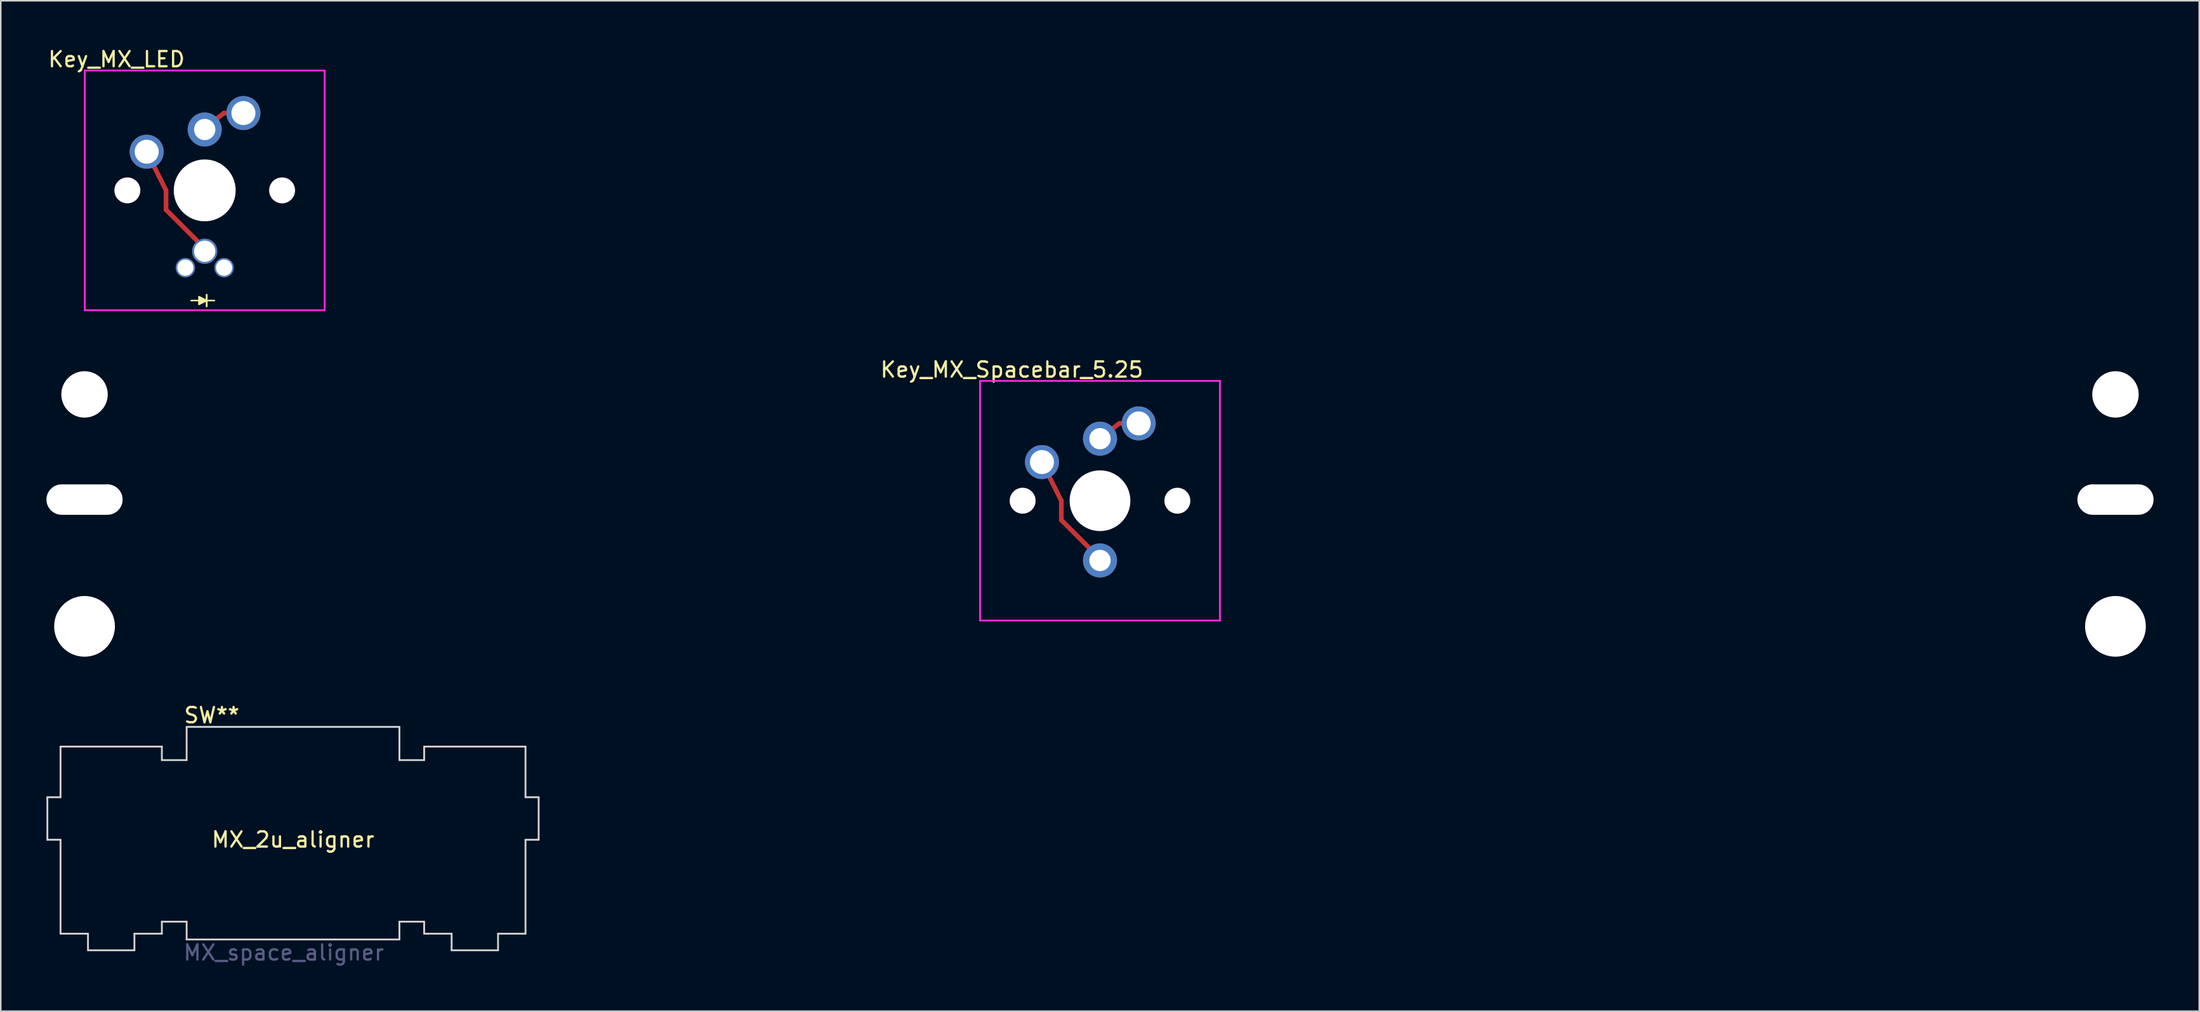
<source format=kicad_pcb>
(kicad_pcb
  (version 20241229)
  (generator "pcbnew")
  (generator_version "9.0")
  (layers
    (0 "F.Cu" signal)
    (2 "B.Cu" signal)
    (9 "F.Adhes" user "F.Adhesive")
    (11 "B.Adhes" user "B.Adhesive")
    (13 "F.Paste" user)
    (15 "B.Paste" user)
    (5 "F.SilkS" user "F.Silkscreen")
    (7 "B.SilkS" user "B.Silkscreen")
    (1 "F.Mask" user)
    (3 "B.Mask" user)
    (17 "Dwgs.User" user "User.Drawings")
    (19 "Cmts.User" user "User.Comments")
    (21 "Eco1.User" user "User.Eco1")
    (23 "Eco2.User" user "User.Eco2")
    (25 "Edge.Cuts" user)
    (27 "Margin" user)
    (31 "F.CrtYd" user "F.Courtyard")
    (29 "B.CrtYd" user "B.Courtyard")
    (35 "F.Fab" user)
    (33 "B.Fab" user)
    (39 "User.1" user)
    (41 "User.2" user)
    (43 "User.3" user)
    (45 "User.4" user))
  (footprint "MX_2u_aligner"
    (layer "F.Cu")
    (at 16.189 51.594)
    (property "Reference" "MX_2u_aligner" (at 0 0.525 0) (layer "F.SilkS") (effects (font (size 1 1) (thickness 0.15))))
    (attr through_hole)
    (fp_line (start -16.129 -2.261) (end -15.265 -2.261) (stroke (width 0.12) (type solid)) (layer "Edge.Cuts"))
    (fp_line (start -16.129 0.533) (end -16.129 -2.261) (stroke (width 0.12) (type solid)) (layer "Edge.Cuts"))
    (fp_line (start -15.265 -5.588) (end -8.611 -5.588) (stroke (width 0.12) (type solid)) (layer "Edge.Cuts"))
    (fp_line (start -15.265 -2.261) (end -15.265 -5.588) (stroke (width 0.12) (type solid)) (layer "Edge.Cuts"))
    (fp_line (start -15.265 0.533) (end -16.129 0.533) (stroke (width 0.12) (type solid)) (layer "Edge.Cuts"))
    (fp_line (start -15.265 6.706) (end -15.265 0.533) (stroke (width 0.12) (type solid)) (layer "Edge.Cuts"))
    (fp_line (start -13.462 6.706) (end -15.265 6.706) (stroke (width 0.12) (type solid)) (layer "Edge.Cuts"))
    (fp_line (start -13.462 7.798) (end -13.462 6.706) (stroke (width 0.12) (type solid)) (layer "Edge.Cuts"))
    (fp_line (start -10.414 6.706) (end -10.414 7.798) (stroke (width 0.12) (type solid)) (layer "Edge.Cuts"))
    (fp_line (start -10.414 7.798) (end -13.462 7.798) (stroke (width 0.12) (type solid)) (layer "Edge.Cuts"))
    (fp_line (start -8.611 -5.588) (end -8.611 -4.699) (stroke (width 0.12) (type solid)) (layer "Edge.Cuts"))
    (fp_line (start -8.611 -4.699) (end -6.985 -4.699) (stroke (width 0.12) (type solid)) (layer "Edge.Cuts"))
    (fp_line (start -8.611 5.918) (end -8.611 6.706) (stroke (width 0.12) (type solid)) (layer "Edge.Cuts"))
    (fp_line (start -8.611 5.918) (end -6.985 5.918) (stroke (width 0.12) (type solid)) (layer "Edge.Cuts"))
    (fp_line (start -8.611 6.706) (end -10.414 6.706) (stroke (width 0.12) (type solid)) (layer "Edge.Cuts"))
    (fp_line (start -6.985 -6.883) (end 6.985 -6.883) (stroke (width 0.12) (type solid)) (layer "Edge.Cuts"))
    (fp_line (start -6.985 -4.699) (end -6.985 -6.883) (stroke (width 0.12) (type solid)) (layer "Edge.Cuts"))
    (fp_line (start -6.985 7.087) (end -6.985 5.918) (stroke (width 0.12) (type solid)) (layer "Edge.Cuts"))
    (fp_line (start 6.985 -6.883) (end 6.985 -4.699) (stroke (width 0.12) (type solid)) (layer "Edge.Cuts"))
    (fp_line (start 6.985 -4.699) (end 8.611 -4.699) (stroke (width 0.12) (type solid)) (layer "Edge.Cuts"))
    (fp_line (start 6.985 5.918) (end 6.985 7.087) (stroke (width 0.12) (type solid)) (layer "Edge.Cuts"))
    (fp_line (start 6.985 5.918) (end 8.611 5.918) (stroke (width 0.12) (type solid)) (layer "Edge.Cuts"))
    (fp_line (start 6.985 7.087) (end -6.985 7.087) (stroke (width 0.12) (type solid)) (layer "Edge.Cuts"))
    (fp_line (start 8.611 -5.588) (end 15.265 -5.588) (stroke (width 0.12) (type solid)) (layer "Edge.Cuts"))
    (fp_line (start 8.611 -4.699) (end 8.611 -5.588) (stroke (width 0.12) (type solid)) (layer "Edge.Cuts"))
    (fp_line (start 8.611 6.706) (end 8.611 5.918) (stroke (width 0.12) (type solid)) (layer "Edge.Cuts"))
    (fp_line (start 10.414 6.706) (end 8.611 6.706) (stroke (width 0.12) (type solid)) (layer "Edge.Cuts"))
    (fp_line (start 10.414 7.798) (end 10.414 6.706) (stroke (width 0.12) (type solid)) (layer "Edge.Cuts"))
    (fp_line (start 13.462 6.706) (end 13.462 7.798) (stroke (width 0.12) (type solid)) (layer "Edge.Cuts"))
    (fp_line (start 13.462 7.798) (end 10.414 7.798) (stroke (width 0.12) (type solid)) (layer "Edge.Cuts"))
    (fp_line (start 15.265 -5.588) (end 15.265 -2.261) (stroke (width 0.12) (type solid)) (layer "Edge.Cuts"))
    (fp_line (start 15.265 -2.261) (end 16.129 -2.261) (stroke (width 0.12) (type solid)) (layer "Edge.Cuts"))
    (fp_line (start 15.265 0.533) (end 15.265 6.706) (stroke (width 0.12) (type solid)) (layer "Edge.Cuts"))
    (fp_line (start 15.265 6.706) (end 13.462 6.706) (stroke (width 0.12) (type solid)) (layer "Edge.Cuts"))
    (fp_line (start 16.129 -2.261) (end 16.129 0.533) (stroke (width 0.12) (type solid)) (layer "Edge.Cuts"))
    (fp_line (start 16.129 0.533) (end 15.265 0.533) (stroke (width 0.12) (type solid)) (layer "Edge.Cuts"))
    (fp_text user "SW**" (at -5.334 -7.645 0) (layer "F.SilkS") (effects (font (size 1 1) (thickness 0.15))))
    (fp_text user "MX_space_aligner" (at -0.61 7.95 0) (layer "B.Fab") (effects (font (size 1 1) (thickness 0.15)))))
  (footprint "Key_MX_Spacebar_5.25"
    (layer "F.Cu")
    (at 69.175 29.826)
    (property "Reference" "Key_MX_Spacebar_5.25" (at -5.791 -8.585 0) (layer "F.SilkS") (effects (font (size 1 1) (thickness 0.15))))
    (attr through_hole)
    (fp_line (start -3.81 -2.515) (end -2.54 0.025) (stroke (width 0.305) (type solid)) (layer "F.Cu"))
    (fp_line (start -2.54 0.025) (end -2.54 1.295) (stroke (width 0.305) (type solid)) (layer "F.Cu"))
    (fp_line (start -2.54 1.295) (end 0 3.835) (stroke (width 0.305) (type solid)) (layer "F.Cu"))
    (fp_line (start 1.27 -5.055) (end 0.737 -4.648) (stroke (width 0.305) (type solid)) (layer "F.Cu"))
    (fp_line (start 1.651 -5.055) (end 1.27 -5.055) (stroke (width 0.305) (type solid)) (layer "F.Cu"))
    (fp_line (start -7.874 -7.849) (end 7.874 -7.849) (stroke (width 0.12) (type solid)) (layer "F.CrtYd"))
    (fp_line (start -7.874 7.899) (end -7.874 -7.849) (stroke (width 0.12) (type solid)) (layer "F.CrtYd"))
    (fp_line (start 7.874 -7.849) (end 7.874 7.899) (stroke (width 0.12) (type solid)) (layer "F.CrtYd"))
    (fp_line (start 7.874 7.899) (end -7.874 7.899) (stroke (width 0.12) (type solid)) (layer "F.CrtYd"))
    (pad "" np_thru_hole circle (at -66.675 -6.96) (size 3.048 3.048) (drill 3.048) (layers "*.Cu" "*.Mask"))
    (pad "" np_thru_hole oval (at -66.675 -0.051) (size 5 2) (drill oval 5 2) (layers "*.Cu" "*.Mask"))
    (pad "" np_thru_hole circle (at -66.675 8.28) (size 3.988 3.988) (drill 3.988) (layers "*.Cu" "*.Mask"))
    (pad "" np_thru_hole circle (at -5.08 0.025) (size 1.702 1.702) (drill 1.702) (layers "*.Cu" "*.Mask"))
    (pad "" np_thru_hole circle (at 0 0.025) (size 3.988 3.988) (drill 3.988) (layers "*.Cu" "*.Mask"))
    (pad "" np_thru_hole circle (at 5.08 0.025) (size 1.702 1.702) (drill 1.702) (layers "*.Cu" "*.Mask"))
    (pad "" np_thru_hole circle (at 66.675 -6.96) (size 3.048 3.048) (drill 3.048) (layers "*.Cu" "*.Mask"))
    (pad "" np_thru_hole oval (at 66.675 -0.051) (size 5 2) (drill oval 5 2) (layers "*.Cu" "*.Mask"))
    (pad "" np_thru_hole circle (at 66.675 8.28) (size 3.988 3.988) (drill 3.988) (layers "*.Cu" "*.Mask"))
    (pad "1" thru_hole circle (at 0 -4.051) (size 2.235 2.235) (drill 1.397) (layers "*.Cu" "*.Mask"))
    (pad "2" thru_hole circle (at 0 3.95) (size 2.235 2.235) (drill 1.397) (layers "*.Cu" "*.Mask"))
    (pad "3" thru_hole circle (at 2.54 -5.055) (size 2.235 2.235) (drill 1.575) (layers "*.Cu" "*.Mask"))
    (pad "4" thru_hole circle (at -3.81 -2.515) (size 2.235 2.235) (drill 1.575) (layers "*.Cu" "*.Mask")))
  (footprint "Key_MX_LED"
    (layer "F.Cu")
    (at 10.392 9.459)
    (property "Reference" "Key_MX_LED" (at -5.791 -8.611 0) (layer "F.SilkS") (effects (font (size 1 1) (thickness 0.15))))
    (attr through_hole)
    (fp_line (start -3.81 -2.54) (end -2.54 0) (stroke (width 0.305) (type solid)) (layer "F.Cu"))
    (fp_line (start -2.54 0) (end -2.54 1.27) (stroke (width 0.305) (type solid)) (layer "F.Cu"))
    (fp_line (start -2.54 1.27) (end 0 3.81) (stroke (width 0.305) (type solid)) (layer "F.Cu"))
    (fp_line (start 1.27 -5.08) (end 0.737 -4.674) (stroke (width 0.305) (type solid)) (layer "F.Cu"))
    (fp_line (start 1.651 -5.08) (end 1.27 -5.08) (stroke (width 0.305) (type solid)) (layer "F.Cu"))
    (fp_line (start -0.889 7.239) (end 0.635 7.239) (stroke (width 0.102) (type solid)) (layer "F.SilkS"))
    (fp_line (start 0.127 6.858) (end 0.127 7.62) (stroke (width 0.12) (type solid)) (layer "F.SilkS"))
    (fp_poly (pts (xy 0.127 7.239) (xy -0.381 7.493) (xy -0.381 6.985)) (stroke (width 0.1) (type solid)) (fill yes) (layer "F.SilkS"))
    (fp_line (start -7.874 -7.874) (end 7.874 -7.874) (stroke (width 0.12) (type solid)) (layer "F.CrtYd"))
    (fp_line (start -7.874 7.874) (end -7.874 -7.874) (stroke (width 0.12) (type solid)) (layer "F.CrtYd"))
    (fp_line (start 7.874 -7.874) (end 7.874 7.874) (stroke (width 0.12) (type solid)) (layer "F.CrtYd"))
    (fp_line (start 7.874 7.874) (end -7.874 7.874) (stroke (width 0.12) (type solid)) (layer "F.CrtYd"))
    (pad "" np_thru_hole circle (at -5.08 0) (size 1.702 1.702) (drill 1.702) (layers "*.Cu" "*.Mask"))
    (pad "" np_thru_hole circle (at 0 0) (size 4.064 4.064) (drill 4.064) (layers "*.Cu" "*.Mask"))
    (pad "" np_thru_hole circle (at 5.08 0) (size 1.702 1.702) (drill 1.702) (layers "*.Cu" "*.Mask"))
    (pad "1" thru_hole circle (at 0 -4) (size 2.235 2.235) (drill 1.397) (layers "*.Cu" "*.Mask"))
    (pad "2" thru_hole circle (at 0 4) (size 1.651 1.651) (drill 1.397) (layers "*.Cu" "*.Mask"))
    (pad "3" thru_hole circle (at -1.27 5.08) (size 1.27 1.27) (drill 1.067) (layers "*.Cu" "*.Mask"))
    (pad "4" thru_hole circle (at 1.27 5.08) (size 1.27 1.27) (drill 1.067) (layers "*.Cu" "*.Mask"))
    (pad "5" thru_hole circle (at -3.81 -2.54) (size 2.235 2.235) (drill 1.575) (layers "*.Cu" "*.Mask"))
    (pad "6" thru_hole circle (at 2.54 -5.08) (size 2.235 2.235) (drill 1.575) (layers "*.Cu" "*.Mask")))
  (gr_rect
    (start -3 -3)
    (end 141.35 63.393)
    (stroke (width 0.1) (type default))
    (fill no)
    (layer "Edge.Cuts")))
</source>
